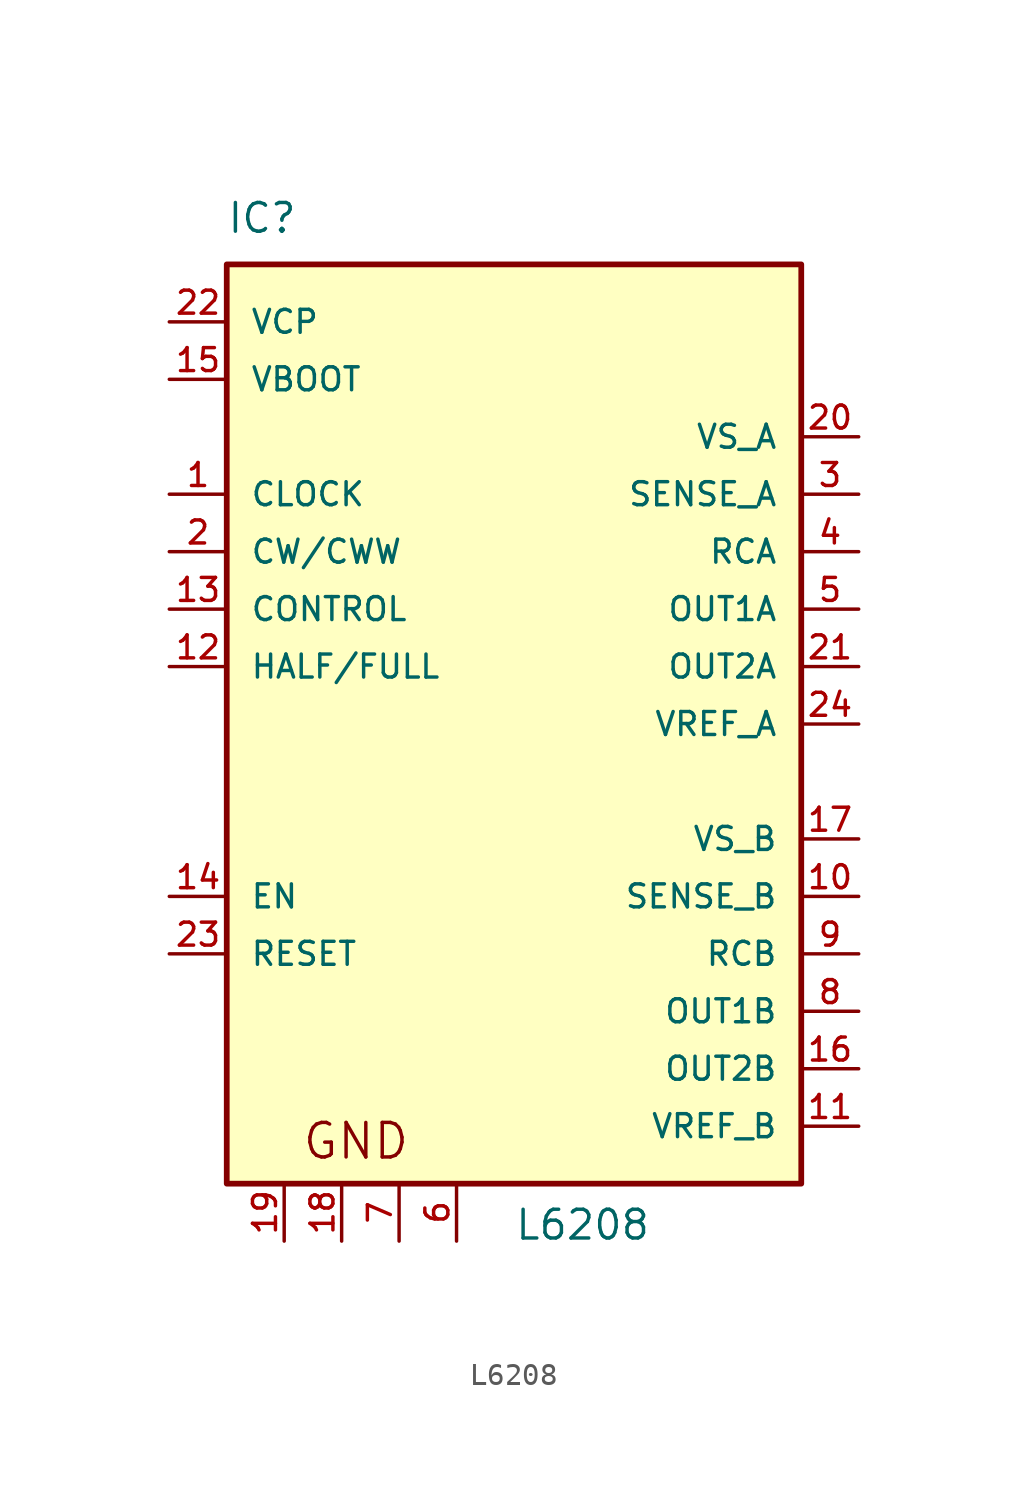
<source format=kicad_sym>
(kicad_symbol_lib
  (version 20211014)
  (generator kicad_symbol_editor)
  (symbol "L6208"
    (pin_names
      (offset 1.016))
    (property "Reference" "IC"
      (at -12.72 21.625 0)
      (effects (font (size 1.27 1.27)) (justify bottom left)))
    (property "Value" "L6208"
      (at 0.0 -22.885 0)
      (effects (font (size 1.27 1.27)) (justify bottom left)))
    (symbol "L6208_0_0"
      (text "GND" (at -9.413 -19.334 0) (effects (font (size 1.526 1.526)) (justify bottom left)))
      (rectangle (start -12.7 -20.32) (end 12.7 20.32) (stroke (width 0.254)) (fill (type background)))
      (pin output line (at 15.24 2.54 180.0) (length 2.54) (name "OUT2A" (effects (font (size 1.016 1.016)))) (number "21" (effects (font (size 1.016 1.016)))))
      (pin input line (at -15.24 17.78 0) (length 2.54) (name "VCP" (effects (font (size 1.016 1.016)))) (number "22" (effects (font (size 1.016 1.016)))))
      (pin bidirectional line (at 15.24 12.7 180.0) (length 2.54) (name "VS_A" (effects (font (size 1.016 1.016)))) (number "20" (effects (font (size 1.016 1.016)))))
      (pin power_in line (at -2.54 -22.86 90.0) (length 2.54) (name "~" (effects (font (size 1.016 1.016)))) (number "6" (effects (font (size 1.016 1.016)))))
      (pin input line (at -15.24 7.62 0) (length 2.54) (name "CW/CWW" (effects (font (size 1.016 1.016)))) (number "2" (effects (font (size 1.016 1.016)))))
      (pin input line (at -15.24 5.08 0) (length 2.54) (name "CONTROL" (effects (font (size 1.016 1.016)))) (number "13" (effects (font (size 1.016 1.016)))))
      (pin input line (at -15.24 10.16 0) (length 2.54) (name "CLOCK" (effects (font (size 1.016 1.016)))) (number "1" (effects (font (size 1.016 1.016)))))
      (pin output line (at 15.24 5.08 180.0) (length 2.54) (name "OUT1A" (effects (font (size 1.016 1.016)))) (number "5" (effects (font (size 1.016 1.016)))))
      (pin input line (at 15.24 -7.62 180.0) (length 2.54) (name "SENSE_B" (effects (font (size 1.016 1.016)))) (number "10" (effects (font (size 1.016 1.016)))))
      (pin power_in line (at -5.08 -22.86 90.0) (length 2.54) (name "~" (effects (font (size 1.016 1.016)))) (number "7" (effects (font (size 1.016 1.016)))))
      (pin power_in line (at -7.62 -22.86 90.0) (length 2.54) (name "~" (effects (font (size 1.016 1.016)))) (number "18" (effects (font (size 1.016 1.016)))))
      (pin power_in line (at -10.16 -22.86 90.0) (length 2.54) (name "~" (effects (font (size 1.016 1.016)))) (number "19" (effects (font (size 1.016 1.016)))))
      (pin input line (at -15.24 2.54 0) (length 2.54) (name "HALF/FULL" (effects (font (size 1.016 1.016)))) (number "12" (effects (font (size 1.016 1.016)))))
      (pin input line (at -15.24 -7.62 0) (length 2.54) (name "EN" (effects (font (size 1.016 1.016)))) (number "14" (effects (font (size 1.016 1.016)))))
      (pin input line (at -15.24 -10.16 0) (length 2.54) (name "RESET" (effects (font (size 1.016 1.016)))) (number "23" (effects (font (size 1.016 1.016)))))
      (pin output line (at 15.24 -12.7 180.0) (length 2.54) (name "OUT1B" (effects (font (size 1.016 1.016)))) (number "8" (effects (font (size 1.016 1.016)))))
      (pin output line (at 15.24 -15.24 180.0) (length 2.54) (name "OUT2B" (effects (font (size 1.016 1.016)))) (number "16" (effects (font (size 1.016 1.016)))))
      (pin bidirectional line (at 15.24 -5.08 180.0) (length 2.54) (name "VS_B" (effects (font (size 1.016 1.016)))) (number "17" (effects (font (size 1.016 1.016)))))
      (pin input line (at 15.24 10.16 180.0) (length 2.54) (name "SENSE_A" (effects (font (size 1.016 1.016)))) (number "3" (effects (font (size 1.016 1.016)))))
      (pin input line (at -15.24 15.24 0) (length 2.54) (name "VBOOT" (effects (font (size 1.016 1.016)))) (number "15" (effects (font (size 1.016 1.016)))))
      (pin input line (at 15.24 7.62 180.0) (length 2.54) (name "RCA" (effects (font (size 1.016 1.016)))) (number "4" (effects (font (size 1.016 1.016)))))
      (pin input line (at 15.24 -10.16 180.0) (length 2.54) (name "RCB" (effects (font (size 1.016 1.016)))) (number "9" (effects (font (size 1.016 1.016)))))
      (pin input line (at 15.24 0.0 180.0) (length 2.54) (name "VREF_A" (effects (font (size 1.016 1.016)))) (number "24" (effects (font (size 1.016 1.016)))))
      (pin input line (at 15.24 -17.78 180.0) (length 2.54) (name "VREF_B" (effects (font (size 1.016 1.016)))) (number "11" (effects (font (size 1.016 1.016))))))))
</source>
